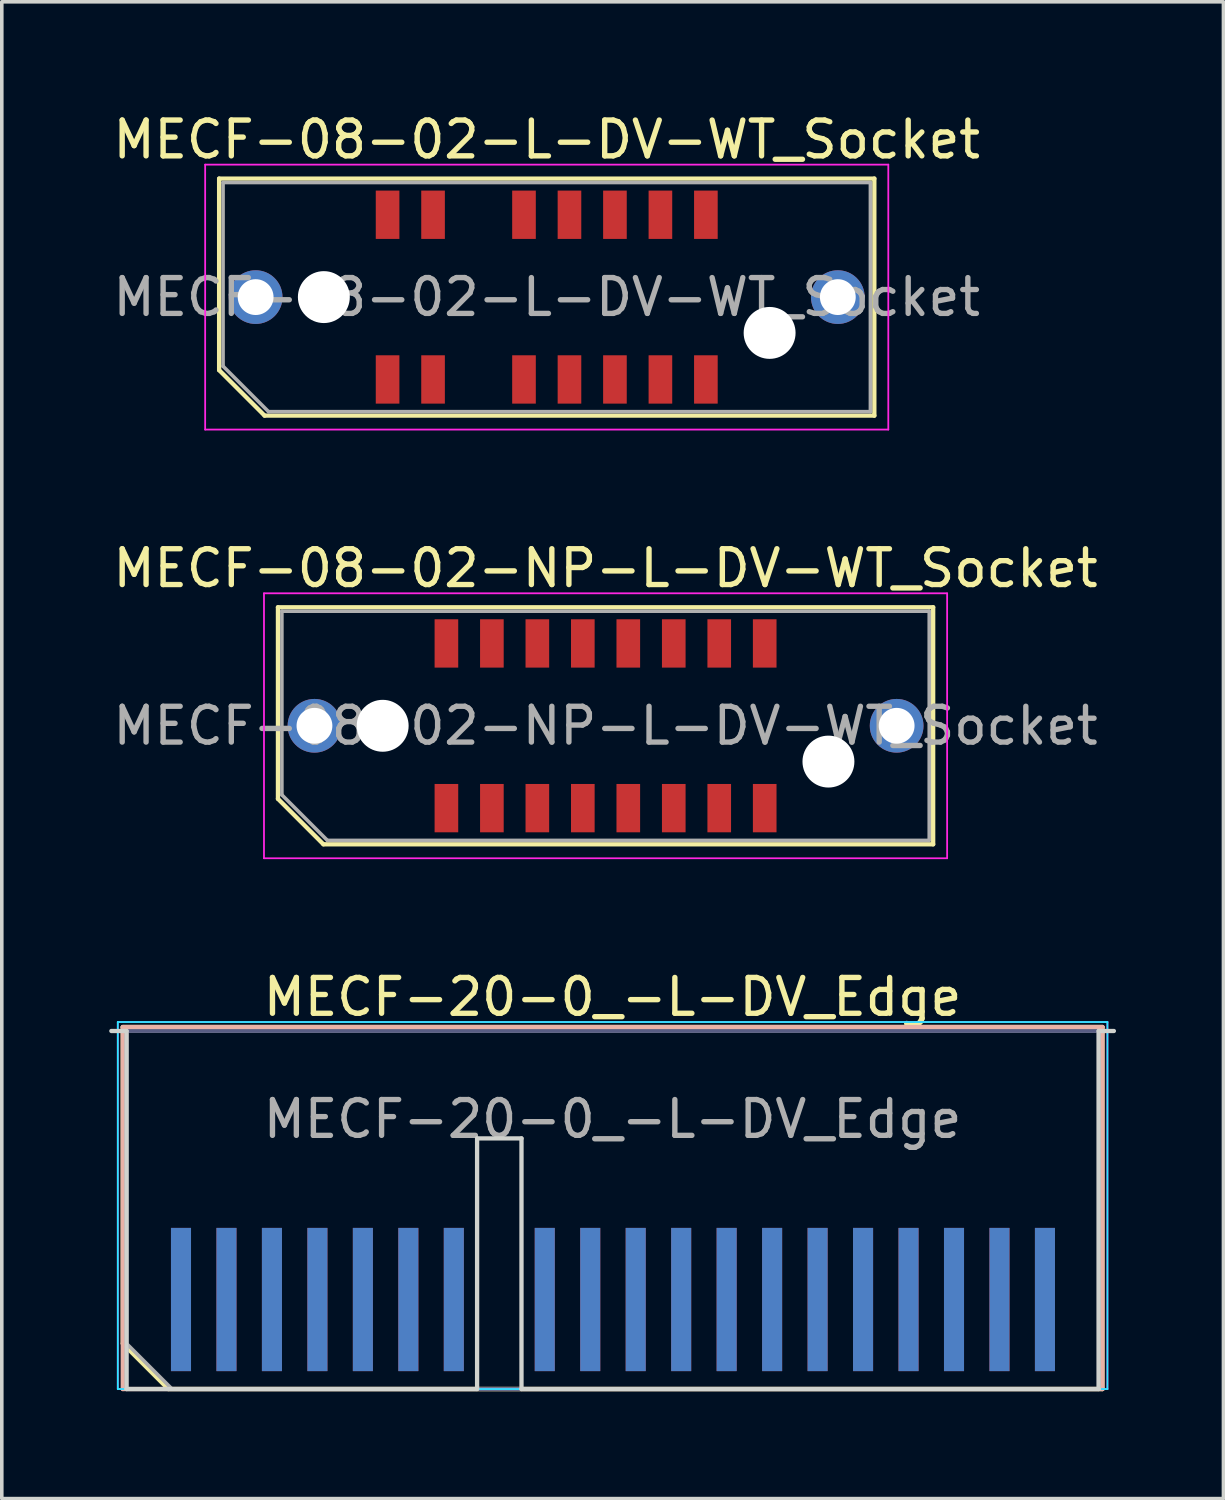
<source format=kicad_pcb>
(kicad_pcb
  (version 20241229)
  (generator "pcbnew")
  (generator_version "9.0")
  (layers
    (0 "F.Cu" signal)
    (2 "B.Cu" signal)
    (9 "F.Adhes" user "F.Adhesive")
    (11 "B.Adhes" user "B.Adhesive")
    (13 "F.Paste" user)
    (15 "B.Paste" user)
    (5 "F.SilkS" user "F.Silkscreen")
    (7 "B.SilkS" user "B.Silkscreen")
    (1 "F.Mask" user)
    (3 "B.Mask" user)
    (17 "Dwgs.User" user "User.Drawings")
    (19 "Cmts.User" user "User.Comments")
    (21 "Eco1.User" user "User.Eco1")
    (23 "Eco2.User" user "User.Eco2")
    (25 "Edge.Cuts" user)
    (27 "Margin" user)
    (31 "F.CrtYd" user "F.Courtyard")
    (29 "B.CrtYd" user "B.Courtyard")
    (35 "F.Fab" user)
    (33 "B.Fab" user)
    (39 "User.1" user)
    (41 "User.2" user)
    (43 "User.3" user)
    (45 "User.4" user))
  (footprint "MECF-08-02-L-DV-WT_Socket"
    (layer "F.Cu")
    (at 12.22 5.248)
    (property "Reference" "MECF-08-02-L-DV-WT_Socket" (at 0 -4.4 0) (layer "F.SilkS") (effects (font (size 1 1) (thickness 0.15))))
    (attr smd)
    (fp_line (start -9.15 -3.31) (end 9.15 -3.31) (stroke (width 0.12) (type solid)) (layer "F.SilkS"))
    (fp_line (start -9.15 2.04) (end -9.15 -3.31) (stroke (width 0.12) (type solid)) (layer "F.SilkS"))
    (fp_line (start -7.88 3.31) (end -9.15 2.04) (stroke (width 0.12) (type solid)) (layer "F.SilkS"))
    (fp_line (start -7.88 3.31) (end 9.15 3.31) (stroke (width 0.12) (type solid)) (layer "F.SilkS"))
    (fp_line (start 9.15 3.31) (end 9.15 -3.31) (stroke (width 0.12) (type solid)) (layer "F.SilkS"))
    (fp_line (start -9.54 -3.7) (end -9.54 3.7) (stroke (width 0.05) (type solid)) (layer "F.CrtYd"))
    (fp_line (start -9.54 3.7) (end 9.54 3.7) (stroke (width 0.05) (type solid)) (layer "F.CrtYd"))
    (fp_line (start 9.54 -3.7) (end -9.54 -3.7) (stroke (width 0.05) (type solid)) (layer "F.CrtYd"))
    (fp_line (start 9.54 3.7) (end 9.54 -3.7) (stroke (width 0.05) (type solid)) (layer "F.CrtYd"))
    (fp_line (start -9.04 -3.2) (end 9.04 -3.2) (stroke (width 0.1) (type solid)) (layer "F.Fab"))
    (fp_line (start -9.04 1.93) (end -9.04 -3.2) (stroke (width 0.1) (type solid)) (layer "F.Fab"))
    (fp_line (start -9.04 1.93) (end -7.77 3.2) (stroke (width 0.1) (type solid)) (layer "F.Fab"))
    (fp_line (start -7.77 3.2) (end 9.04 3.2) (stroke (width 0.1) (type solid)) (layer "F.Fab"))
    (fp_line (start 9.04 3.2) (end 9.04 -3.2) (stroke (width 0.1) (type solid)) (layer "F.Fab"))
    (fp_text user "${REFERENCE}" (at 0 0 0) (layer "F.Fab") (effects (font (size 1 1) (thickness 0.15))))
    (pad "" thru_hole circle (at -8.13 0) (size 1.5 1.5) (drill 1) (layers "*.Cu" "*.Mask"))
    (pad "" np_thru_hole circle (at -6.225 0) (size 1.45 1.45) (drill 1.45) (layers "*.Cu" "*.Mask"))
    (pad "" np_thru_hole circle (at 6.225 1) (size 1.45 1.45) (drill 1.45) (layers "*.Cu" "*.Mask"))
    (pad "" thru_hole circle (at 8.13 0) (size 1.5 1.5) (drill 1) (layers "*.Cu" "*.Mask"))
    (pad "1" smd rect (at -4.445 2.3) (size 0.66 1.35) (layers "F.Cu" "F.Mask" "F.Paste"))
    (pad "2" smd rect (at -4.445 -2.3) (size 0.66 1.35) (layers "F.Cu" "F.Mask" "F.Paste"))
    (pad "3" smd rect (at -3.175 2.3) (size 0.66 1.35) (layers "F.Cu" "F.Mask" "F.Paste"))
    (pad "4" smd rect (at -3.175 -2.3) (size 0.66 1.35) (layers "F.Cu" "F.Mask" "F.Paste"))
    (pad "7" smd rect (at -0.635 2.3) (size 0.66 1.35) (layers "F.Cu" "F.Mask" "F.Paste"))
    (pad "8" smd rect (at -0.635 -2.3) (size 0.66 1.35) (layers "F.Cu" "F.Mask" "F.Paste"))
    (pad "9" smd rect (at 0.635 2.3) (size 0.66 1.35) (layers "F.Cu" "F.Mask" "F.Paste"))
    (pad "10" smd rect (at 0.635 -2.3) (size 0.66 1.35) (layers "F.Cu" "F.Mask" "F.Paste"))
    (pad "11" smd rect (at 1.905 2.3) (size 0.66 1.35) (layers "F.Cu" "F.Mask" "F.Paste"))
    (pad "12" smd rect (at 1.905 -2.3) (size 0.66 1.35) (layers "F.Cu" "F.Mask" "F.Paste"))
    (pad "13" smd rect (at 3.175 2.3) (size 0.66 1.35) (layers "F.Cu" "F.Mask" "F.Paste"))
    (pad "14" smd rect (at 3.175 -2.3) (size 0.66 1.35) (layers "F.Cu" "F.Mask" "F.Paste"))
    (pad "15" smd rect (at 4.445 2.3) (size 0.66 1.35) (layers "F.Cu" "F.Mask" "F.Paste"))
    (pad "16" smd rect (at 4.445 -2.3) (size 0.66 1.35) (layers "F.Cu" "F.Mask" "F.Paste")))
  (footprint "MECF-08-02-NP-L-DV-WT_Socket"
    (layer "F.Cu")
    (at 13.863 17.221)
    (property "Reference" "MECF-08-02-NP-L-DV-WT_Socket" (at 0 -4.4 0) (layer "F.SilkS") (effects (font (size 1 1) (thickness 0.15))))
    (attr smd)
    (fp_line (start -9.15 -3.31) (end 9.15 -3.31) (stroke (width 0.12) (type solid)) (layer "F.SilkS"))
    (fp_line (start -9.15 2.04) (end -9.15 -3.31) (stroke (width 0.12) (type solid)) (layer "F.SilkS"))
    (fp_line (start -7.88 3.31) (end -9.15 2.04) (stroke (width 0.12) (type solid)) (layer "F.SilkS"))
    (fp_line (start -7.88 3.31) (end 9.15 3.31) (stroke (width 0.12) (type solid)) (layer "F.SilkS"))
    (fp_line (start 9.15 3.31) (end 9.15 -3.31) (stroke (width 0.12) (type solid)) (layer "F.SilkS"))
    (fp_line (start -9.54 -3.7) (end -9.54 3.7) (stroke (width 0.05) (type solid)) (layer "F.CrtYd"))
    (fp_line (start -9.54 3.7) (end 9.54 3.7) (stroke (width 0.05) (type solid)) (layer "F.CrtYd"))
    (fp_line (start 9.54 -3.7) (end -9.54 -3.7) (stroke (width 0.05) (type solid)) (layer "F.CrtYd"))
    (fp_line (start 9.54 3.7) (end 9.54 -3.7) (stroke (width 0.05) (type solid)) (layer "F.CrtYd"))
    (fp_line (start -9.04 -3.2) (end 9.04 -3.2) (stroke (width 0.1) (type solid)) (layer "F.Fab"))
    (fp_line (start -9.04 1.93) (end -9.04 -3.2) (stroke (width 0.1) (type solid)) (layer "F.Fab"))
    (fp_line (start -9.04 1.93) (end -7.77 3.2) (stroke (width 0.1) (type solid)) (layer "F.Fab"))
    (fp_line (start -7.77 3.2) (end 9.04 3.2) (stroke (width 0.1) (type solid)) (layer "F.Fab"))
    (fp_line (start 9.04 3.2) (end 9.04 -3.2) (stroke (width 0.1) (type solid)) (layer "F.Fab"))
    (fp_text user "${REFERENCE}" (at 0 0 0) (layer "F.Fab") (effects (font (size 1 1) (thickness 0.15))))
    (pad "" thru_hole circle (at -8.13 0) (size 1.5 1.5) (drill 1) (layers "*.Cu" "*.Mask"))
    (pad "" np_thru_hole circle (at -6.225 0) (size 1.45 1.45) (drill 1.45) (layers "*.Cu" "*.Mask"))
    (pad "" np_thru_hole circle (at 6.225 1) (size 1.45 1.45) (drill 1.45) (layers "*.Cu" "*.Mask"))
    (pad "" thru_hole circle (at 8.13 0) (size 1.5 1.5) (drill 1) (layers "*.Cu" "*.Mask"))
    (pad "1" smd rect (at -4.445 2.3) (size 0.66 1.35) (layers "F.Cu" "F.Mask" "F.Paste"))
    (pad "2" smd rect (at -4.445 -2.3) (size 0.66 1.35) (layers "F.Cu" "F.Mask" "F.Paste"))
    (pad "3" smd rect (at -3.175 2.3) (size 0.66 1.35) (layers "F.Cu" "F.Mask" "F.Paste"))
    (pad "4" smd rect (at -3.175 -2.3) (size 0.66 1.35) (layers "F.Cu" "F.Mask" "F.Paste"))
    (pad "5" smd rect (at -1.905 2.3) (size 0.66 1.35) (layers "F.Cu" "F.Mask" "F.Paste"))
    (pad "6" smd rect (at -1.905 -2.3) (size 0.66 1.35) (layers "F.Cu" "F.Mask" "F.Paste"))
    (pad "7" smd rect (at -0.635 2.3) (size 0.66 1.35) (layers "F.Cu" "F.Mask" "F.Paste"))
    (pad "8" smd rect (at -0.635 -2.3) (size 0.66 1.35) (layers "F.Cu" "F.Mask" "F.Paste"))
    (pad "9" smd rect (at 0.635 2.3) (size 0.66 1.35) (layers "F.Cu" "F.Mask" "F.Paste"))
    (pad "10" smd rect (at 0.635 -2.3) (size 0.66 1.35) (layers "F.Cu" "F.Mask" "F.Paste"))
    (pad "11" smd rect (at 1.905 2.3) (size 0.66 1.35) (layers "F.Cu" "F.Mask" "F.Paste"))
    (pad "12" smd rect (at 1.905 -2.3) (size 0.66 1.35) (layers "F.Cu" "F.Mask" "F.Paste"))
    (pad "13" smd rect (at 3.175 2.3) (size 0.66 1.35) (layers "F.Cu" "F.Mask" "F.Paste"))
    (pad "14" smd rect (at 3.175 -2.3) (size 0.66 1.35) (layers "F.Cu" "F.Mask" "F.Paste"))
    (pad "15" smd rect (at 4.445 2.3) (size 0.66 1.35) (layers "F.Cu" "F.Mask" "F.Paste"))
    (pad "16" smd rect (at 4.445 -2.3) (size 0.66 1.35) (layers "F.Cu" "F.Mask" "F.Paste")))
  (footprint "MECF-20-0_-L-DV_Edge"
    (layer "F.Cu")
    (at 14.06 30.745)
    (property "Reference" "MECF-20-0_-L-DV_Edge" (at 0 -5.95 0) (layer "F.SilkS") (effects (font (size 1 1) (thickness 0.15))))
    (attr exclude_from_pos_files exclude_from_bom)
    (fp_line (start -13.68 -5.11) (end 13.68 -5.11) (stroke (width 0.12) (type solid)) (layer "F.SilkS"))
    (fp_line (start -13.68 3.73) (end -13.68 -5.11) (stroke (width 0.12) (type solid)) (layer "F.SilkS"))
    (fp_line (start -12.41 5) (end -13.68 3.73) (stroke (width 0.12) (type solid)) (layer "F.SilkS"))
    (fp_line (start -12.41 5) (end 13.68 5) (stroke (width 0.12) (type solid)) (layer "F.SilkS"))
    (fp_line (start 13.68 5) (end 13.68 -5.11) (stroke (width 0.12) (type solid)) (layer "F.SilkS"))
    (fp_line (start -13.68 -5.11) (end 13.68 -5.11) (stroke (width 0.12) (type solid)) (layer "B.SilkS"))
    (fp_line (start -13.68 5) (end -13.68 -5.11) (stroke (width 0.12) (type solid)) (layer "B.SilkS"))
    (fp_line (start -13.68 5) (end 13.68 5) (stroke (width 0.12) (type solid)) (layer "B.SilkS"))
    (fp_line (start 13.68 5) (end 13.68 -5.11) (stroke (width 0.12) (type solid)) (layer "B.SilkS"))
    (fp_line (start -14 -5) (end -13.575 -5) (stroke (width 0.12) (type solid)) (layer "Edge.Cuts"))
    (fp_line (start -13.575 5) (end -13.575 -5) (stroke (width 0.12) (type solid)) (layer "Edge.Cuts"))
    (fp_line (start -13.575 5) (end -3.785 5) (stroke (width 0.12) (type solid)) (layer "Edge.Cuts"))
    (fp_line (start -3.785 -2) (end -2.545 -2) (stroke (width 0.12) (type solid)) (layer "Edge.Cuts"))
    (fp_line (start -3.785 5) (end -3.785 -2) (stroke (width 0.12) (type solid)) (layer "Edge.Cuts"))
    (fp_line (start -2.545 5) (end -2.545 -2) (stroke (width 0.12) (type solid)) (layer "Edge.Cuts"))
    (fp_line (start -2.545 5) (end 13.575 5) (stroke (width 0.12) (type solid)) (layer "Edge.Cuts"))
    (fp_line (start 13.575 5) (end 13.575 -5) (stroke (width 0.12) (type solid)) (layer "Edge.Cuts"))
    (fp_line (start 14 -5) (end 13.575 -5) (stroke (width 0.12) (type solid)) (layer "Edge.Cuts"))
    (fp_line (start -13.82 -5.25) (end -13.82 5) (stroke (width 0.05) (type solid)) (layer "B.CrtYd"))
    (fp_line (start -13.82 5) (end 13.82 5) (stroke (width 0.05) (type solid)) (layer "B.CrtYd"))
    (fp_line (start 13.82 -5.25) (end -13.82 -5.25) (stroke (width 0.05) (type solid)) (layer "B.CrtYd"))
    (fp_line (start 13.82 5) (end 13.82 -5.25) (stroke (width 0.05) (type solid)) (layer "B.CrtYd"))
    (fp_line (start -13.82 -5.25) (end -13.82 5) (stroke (width 0.05) (type solid)) (layer "F.CrtYd"))
    (fp_line (start -13.82 5) (end 13.82 5) (stroke (width 0.05) (type solid)) (layer "F.CrtYd"))
    (fp_line (start 13.82 -5.25) (end -13.82 -5.25) (stroke (width 0.05) (type solid)) (layer "F.CrtYd"))
    (fp_line (start 13.82 5) (end 13.82 -5.25) (stroke (width 0.05) (type solid)) (layer "F.CrtYd"))
    (fp_line (start -13.575 -5) (end 13.575 -5) (stroke (width 0.1) (type solid)) (layer "B.Fab"))
    (fp_line (start -13.575 5) (end -13.575 -5) (stroke (width 0.1) (type solid)) (layer "B.Fab"))
    (fp_line (start -13.575 5) (end 13.575 5) (stroke (width 0.1) (type solid)) (layer "B.Fab"))
    (fp_line (start 13.575 5) (end 13.575 -5) (stroke (width 0.1) (type solid)) (layer "B.Fab"))
    (fp_line (start -13.575 -5) (end 13.575 -5) (stroke (width 0.1) (type solid)) (layer "F.Fab"))
    (fp_line (start -13.575 3.73) (end -13.575 -5) (stroke (width 0.1) (type solid)) (layer "F.Fab"))
    (fp_line (start -13.575 3.73) (end -12.305 5) (stroke (width 0.1) (type solid)) (layer "F.Fab"))
    (fp_line (start -12.305 5) (end 13.575 5) (stroke (width 0.1) (type solid)) (layer "F.Fab"))
    (fp_line (start 13.575 5) (end 13.575 -5) (stroke (width 0.1) (type solid)) (layer "F.Fab"))
    (fp_text user "${REFERENCE}" (at 0 -2.54 0) (layer "F.Fab") (effects (font (size 1 1) (thickness 0.15))))
    (pad "1" smd rect (at -12.055 2.5) (size 0.56 4) (layers "F.Cu" "F.Mask" "F.Paste"))
    (pad "2" smd rect (at -12.055 2.5) (size 0.56 4) (layers "B.Cu" "B.Mask" "B.Paste"))
    (pad "3" smd rect (at -10.785 2.5) (size 0.56 4) (layers "F.Cu" "F.Mask" "F.Paste"))
    (pad "4" smd rect (at -10.785 2.5) (size 0.56 4) (layers "B.Cu" "B.Mask" "B.Paste"))
    (pad "5" smd rect (at -9.515 2.5) (size 0.56 4) (layers "F.Cu" "F.Mask" "F.Paste"))
    (pad "6" smd rect (at -9.515 2.5) (size 0.56 4) (layers "B.Cu" "B.Mask" "B.Paste"))
    (pad "7" smd rect (at -8.245 2.5) (size 0.56 4) (layers "F.Cu" "F.Mask" "F.Paste"))
    (pad "8" smd rect (at -8.245 2.5) (size 0.56 4) (layers "B.Cu" "B.Mask" "B.Paste"))
    (pad "9" smd rect (at -6.975 2.5) (size 0.56 4) (layers "F.Cu" "F.Mask" "F.Paste"))
    (pad "10" smd rect (at -6.975 2.5) (size 0.56 4) (layers "B.Cu" "B.Mask" "B.Paste"))
    (pad "11" smd rect (at -5.705 2.5) (size 0.56 4) (layers "F.Cu" "F.Mask" "F.Paste"))
    (pad "12" smd rect (at -5.705 2.5) (size 0.56 4) (layers "B.Cu" "B.Mask" "B.Paste"))
    (pad "13" smd rect (at -4.435 2.5) (size 0.56 4) (layers "F.Cu" "F.Mask" "F.Paste"))
    (pad "14" smd rect (at -4.435 2.5) (size 0.56 4) (layers "B.Cu" "B.Mask" "B.Paste"))
    (pad "17" smd rect (at -1.895 2.5) (size 0.56 4) (layers "F.Cu" "F.Mask" "F.Paste"))
    (pad "18" smd rect (at -1.895 2.5) (size 0.56 4) (layers "B.Cu" "B.Mask" "B.Paste"))
    (pad "19" smd rect (at -0.625 2.5) (size 0.56 4) (layers "F.Cu" "F.Mask" "F.Paste"))
    (pad "20" smd rect (at -0.625 2.5) (size 0.56 4) (layers "B.Cu" "B.Mask" "B.Paste"))
    (pad "21" smd rect (at 0.645 2.5) (size 0.56 4) (layers "F.Cu" "F.Mask" "F.Paste"))
    (pad "22" smd rect (at 0.645 2.5) (size 0.56 4) (layers "B.Cu" "B.Mask" "B.Paste"))
    (pad "23" smd rect (at 1.915 2.5) (size 0.56 4) (layers "F.Cu" "F.Mask" "F.Paste"))
    (pad "24" smd rect (at 1.915 2.5) (size 0.56 4) (layers "B.Cu" "B.Mask" "B.Paste"))
    (pad "25" smd rect (at 3.185 2.5) (size 0.56 4) (layers "F.Cu" "F.Mask" "F.Paste"))
    (pad "26" smd rect (at 3.185 2.5) (size 0.56 4) (layers "B.Cu" "B.Mask" "B.Paste"))
    (pad "27" smd rect (at 4.455 2.5) (size 0.56 4) (layers "F.Cu" "F.Mask" "F.Paste"))
    (pad "28" smd rect (at 4.455 2.5) (size 0.56 4) (layers "B.Cu" "B.Mask" "B.Paste"))
    (pad "29" smd rect (at 5.725 2.5) (size 0.56 4) (layers "F.Cu" "F.Mask" "F.Paste"))
    (pad "30" smd rect (at 5.725 2.5) (size 0.56 4) (layers "B.Cu" "B.Mask" "B.Paste"))
    (pad "31" smd rect (at 6.995 2.5) (size 0.56 4) (layers "F.Cu" "F.Mask" "F.Paste"))
    (pad "32" smd rect (at 6.995 2.5) (size 0.56 4) (layers "B.Cu" "B.Mask" "B.Paste"))
    (pad "33" smd rect (at 8.265 2.5) (size 0.56 4) (layers "F.Cu" "F.Mask" "F.Paste"))
    (pad "34" smd rect (at 8.265 2.5) (size 0.56 4) (layers "B.Cu" "B.Mask" "B.Paste"))
    (pad "35" smd rect (at 9.535 2.5) (size 0.56 4) (layers "F.Cu" "F.Mask" "F.Paste"))
    (pad "36" smd rect (at 9.535 2.5) (size 0.56 4) (layers "B.Cu" "B.Mask" "B.Paste"))
    (pad "37" smd rect (at 10.805 2.5) (size 0.56 4) (layers "F.Cu" "F.Mask" "F.Paste"))
    (pad "38" smd rect (at 10.805 2.5) (size 0.56 4) (layers "B.Cu" "B.Mask" "B.Paste"))
    (pad "39" smd rect (at 12.075 2.5) (size 0.56 4) (layers "F.Cu" "F.Mask" "F.Paste"))
    (pad "40" smd rect (at 12.075 2.5) (size 0.56 4) (layers "B.Cu" "B.Mask" "B.Paste")))
  (gr_rect
    (start -3 -3)
    (end 31.12 38.805)
    (stroke (width 0.1) (type default))
    (fill no)
    (layer "Edge.Cuts")))
</source>
